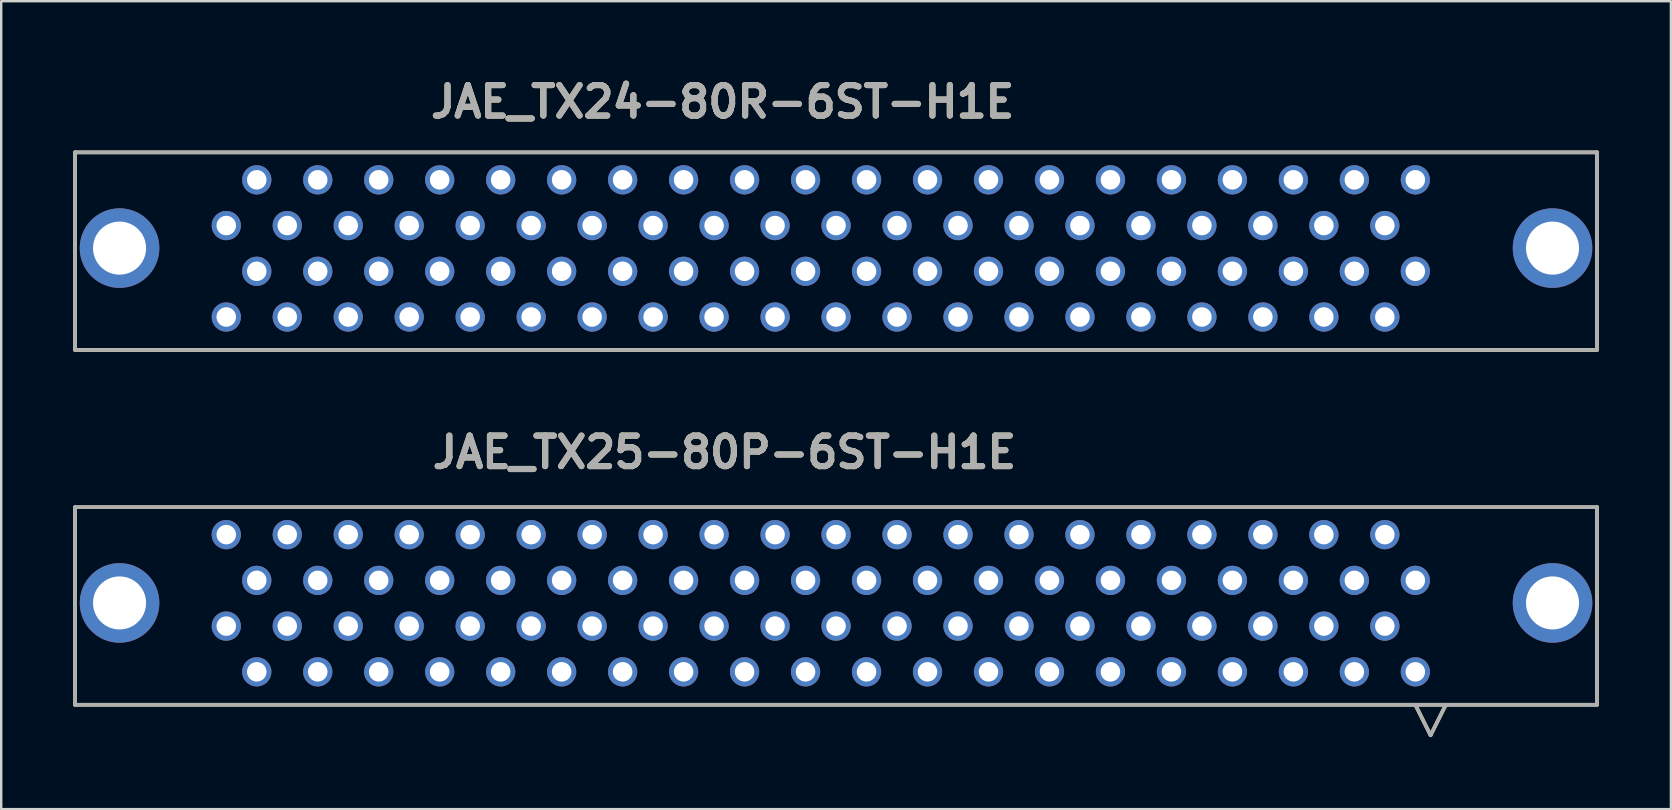
<source format=kicad_pcb>
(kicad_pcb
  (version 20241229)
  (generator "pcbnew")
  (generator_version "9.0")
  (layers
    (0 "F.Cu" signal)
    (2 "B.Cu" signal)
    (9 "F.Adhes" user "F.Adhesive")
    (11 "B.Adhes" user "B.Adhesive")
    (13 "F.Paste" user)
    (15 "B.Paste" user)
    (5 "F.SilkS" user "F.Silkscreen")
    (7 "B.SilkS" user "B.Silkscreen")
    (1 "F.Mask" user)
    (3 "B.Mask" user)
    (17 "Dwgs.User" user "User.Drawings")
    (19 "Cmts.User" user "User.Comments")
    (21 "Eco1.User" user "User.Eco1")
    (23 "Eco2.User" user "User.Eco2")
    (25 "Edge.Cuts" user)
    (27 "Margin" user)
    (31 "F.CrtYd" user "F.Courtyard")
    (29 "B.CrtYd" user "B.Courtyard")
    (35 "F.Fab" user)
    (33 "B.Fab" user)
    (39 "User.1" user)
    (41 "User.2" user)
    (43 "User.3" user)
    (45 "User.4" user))
  (footprint "JAE_TX25-80P-6ST-H1E"
    (layer "F.Cu")
    (at 31.775 18.077)
    (property "Reference" "JAE_TX25-80P-6ST-H1E" (at -4.648 -2.286 0) (layer "F.SilkS") (effects (font (size 1.27 1.27) (thickness 0.254))))
    (attr through_hole)
    (fp_line (start -31.699 0) (end -31.699 8.23) (stroke (width 0.152) (type solid)) (layer "F.SilkS"))
    (fp_line (start -31.699 8.23) (end 31.699 8.23) (stroke (width 0.152) (type solid)) (layer "F.SilkS"))
    (fp_line (start 24.13 8.23) (end 24.765 9.5) (stroke (width 0.152) (type solid)) (layer "F.SilkS"))
    (fp_line (start 25.4 8.23) (end 24.765 9.5) (stroke (width 0.152) (type solid)) (layer "F.SilkS"))
    (fp_line (start 31.699 0) (end -31.699 0) (stroke (width 0.152) (type solid)) (layer "F.SilkS"))
    (fp_line (start 31.699 8.23) (end 31.699 0) (stroke (width 0.152) (type solid)) (layer "F.SilkS"))
    (fp_line (start -31.699 0) (end -31.699 8.23) (stroke (width 0.152) (type solid)) (layer "F.Fab"))
    (fp_line (start -31.699 8.23) (end 31.699 8.23) (stroke (width 0.152) (type solid)) (layer "F.Fab"))
    (fp_line (start 24.13 8.23) (end 24.765 9.5) (stroke (width 0.152) (type solid)) (layer "F.Fab"))
    (fp_line (start 25.4 8.23) (end 24.765 9.5) (stroke (width 0.152) (type solid)) (layer "F.Fab"))
    (fp_line (start 31.699 0) (end -31.699 0) (stroke (width 0.152) (type solid)) (layer "F.Fab"))
    (fp_line (start 31.699 8.23) (end 31.699 0) (stroke (width 0.152) (type solid)) (layer "F.Fab"))
    (fp_text user "${REFERENCE}" (at -4.648 -2.286 0) (layer "F.Fab") (effects (font (size 1.27 1.27) (thickness 0.254))))
    (pad "1" thru_hole circle (at 24.13 6.858) (size 1.219 1.219) (drill 0.813) (layers "*.Cu" "*.Mask"))
    (pad "2" thru_hole circle (at 22.86 4.953) (size 1.219 1.219) (drill 0.813) (layers "*.Cu" "*.Mask"))
    (pad "3" thru_hole circle (at 21.59 6.858) (size 1.219 1.219) (drill 0.813) (layers "*.Cu" "*.Mask"))
    (pad "4" thru_hole circle (at 20.32 4.953) (size 1.219 1.219) (drill 0.813) (layers "*.Cu" "*.Mask"))
    (pad "5" thru_hole circle (at 19.05 6.858) (size 1.219 1.219) (drill 0.813) (layers "*.Cu" "*.Mask"))
    (pad "6" thru_hole circle (at 17.78 4.953) (size 1.219 1.219) (drill 0.813) (layers "*.Cu" "*.Mask"))
    (pad "7" thru_hole circle (at 16.51 6.858) (size 1.219 1.219) (drill 0.813) (layers "*.Cu" "*.Mask"))
    (pad "8" thru_hole circle (at 15.24 4.953) (size 1.219 1.219) (drill 0.813) (layers "*.Cu" "*.Mask"))
    (pad "9" thru_hole circle (at 13.97 6.858) (size 1.219 1.219) (drill 0.813) (layers "*.Cu" "*.Mask"))
    (pad "10" thru_hole circle (at 12.7 4.953) (size 1.219 1.219) (drill 0.813) (layers "*.Cu" "*.Mask"))
    (pad "11" thru_hole circle (at 11.43 6.858) (size 1.219 1.219) (drill 0.813) (layers "*.Cu" "*.Mask"))
    (pad "12" thru_hole circle (at 10.16 4.953) (size 1.219 1.219) (drill 0.813) (layers "*.Cu" "*.Mask"))
    (pad "13" thru_hole circle (at 8.89 6.858) (size 1.219 1.219) (drill 0.813) (layers "*.Cu" "*.Mask"))
    (pad "14" thru_hole circle (at 7.62 4.953) (size 1.219 1.219) (drill 0.813) (layers "*.Cu" "*.Mask"))
    (pad "15" thru_hole circle (at 6.35 6.858) (size 1.219 1.219) (drill 0.813) (layers "*.Cu" "*.Mask"))
    (pad "16" thru_hole circle (at 5.08 4.953) (size 1.219 1.219) (drill 0.813) (layers "*.Cu" "*.Mask"))
    (pad "17" thru_hole circle (at 3.81 6.858) (size 1.219 1.219) (drill 0.813) (layers "*.Cu" "*.Mask"))
    (pad "18" thru_hole circle (at 2.54 4.953) (size 1.219 1.219) (drill 0.813) (layers "*.Cu" "*.Mask"))
    (pad "19" thru_hole circle (at 1.27 6.858) (size 1.219 1.219) (drill 0.813) (layers "*.Cu" "*.Mask"))
    (pad "20" thru_hole circle (at 0 4.953) (size 1.219 1.219) (drill 0.813) (layers "*.Cu" "*.Mask"))
    (pad "21" thru_hole circle (at -1.27 6.858) (size 1.219 1.219) (drill 0.813) (layers "*.Cu" "*.Mask"))
    (pad "22" thru_hole circle (at -2.54 4.953) (size 1.219 1.219) (drill 0.813) (layers "*.Cu" "*.Mask"))
    (pad "23" thru_hole circle (at -3.81 6.858) (size 1.219 1.219) (drill 0.813) (layers "*.Cu" "*.Mask"))
    (pad "24" thru_hole circle (at -5.08 4.953) (size 1.219 1.219) (drill 0.813) (layers "*.Cu" "*.Mask"))
    (pad "25" thru_hole circle (at -6.35 6.858) (size 1.219 1.219) (drill 0.813) (layers "*.Cu" "*.Mask"))
    (pad "26" thru_hole circle (at -7.62 4.953) (size 1.219 1.219) (drill 0.813) (layers "*.Cu" "*.Mask"))
    (pad "27" thru_hole circle (at -8.89 6.858) (size 1.219 1.219) (drill 0.813) (layers "*.Cu" "*.Mask"))
    (pad "28" thru_hole circle (at -10.16 4.953) (size 1.219 1.219) (drill 0.813) (layers "*.Cu" "*.Mask"))
    (pad "29" thru_hole circle (at -11.43 6.858) (size 1.219 1.219) (drill 0.813) (layers "*.Cu" "*.Mask"))
    (pad "30" thru_hole circle (at -12.7 4.953) (size 1.219 1.219) (drill 0.813) (layers "*.Cu" "*.Mask"))
    (pad "31" thru_hole circle (at -13.97 6.858) (size 1.219 1.219) (drill 0.813) (layers "*.Cu" "*.Mask"))
    (pad "32" thru_hole circle (at -15.24 4.953) (size 1.219 1.219) (drill 0.813) (layers "*.Cu" "*.Mask"))
    (pad "33" thru_hole circle (at -16.51 6.858) (size 1.219 1.219) (drill 0.813) (layers "*.Cu" "*.Mask"))
    (pad "34" thru_hole circle (at -17.78 4.953) (size 1.219 1.219) (drill 0.813) (layers "*.Cu" "*.Mask"))
    (pad "35" thru_hole circle (at -19.05 6.858) (size 1.219 1.219) (drill 0.813) (layers "*.Cu" "*.Mask"))
    (pad "36" thru_hole circle (at -20.32 4.953) (size 1.219 1.219) (drill 0.813) (layers "*.Cu" "*.Mask"))
    (pad "37" thru_hole circle (at -21.59 6.858) (size 1.219 1.219) (drill 0.813) (layers "*.Cu" "*.Mask"))
    (pad "38" thru_hole circle (at -22.86 4.953) (size 1.219 1.219) (drill 0.813) (layers "*.Cu" "*.Mask"))
    (pad "39" thru_hole circle (at -24.13 6.858) (size 1.219 1.219) (drill 0.813) (layers "*.Cu" "*.Mask"))
    (pad "40" thru_hole circle (at -25.4 4.953) (size 1.219 1.219) (drill 0.813) (layers "*.Cu" "*.Mask"))
    (pad "41" thru_hole circle (at 24.13 3.048) (size 1.219 1.219) (drill 0.813) (layers "*.Cu" "*.Mask"))
    (pad "42" thru_hole circle (at 22.86 1.143) (size 1.219 1.219) (drill 0.813) (layers "*.Cu" "*.Mask"))
    (pad "43" thru_hole circle (at 21.59 3.048) (size 1.219 1.219) (drill 0.813) (layers "*.Cu" "*.Mask"))
    (pad "44" thru_hole circle (at 20.32 1.143) (size 1.219 1.219) (drill 0.813) (layers "*.Cu" "*.Mask"))
    (pad "45" thru_hole circle (at 19.05 3.048) (size 1.219 1.219) (drill 0.813) (layers "*.Cu" "*.Mask"))
    (pad "46" thru_hole circle (at 17.78 1.143) (size 1.219 1.219) (drill 0.813) (layers "*.Cu" "*.Mask"))
    (pad "47" thru_hole circle (at 16.51 3.048) (size 1.219 1.219) (drill 0.813) (layers "*.Cu" "*.Mask"))
    (pad "48" thru_hole circle (at 15.24 1.143) (size 1.219 1.219) (drill 0.813) (layers "*.Cu" "*.Mask"))
    (pad "49" thru_hole circle (at 13.97 3.048) (size 1.219 1.219) (drill 0.813) (layers "*.Cu" "*.Mask"))
    (pad "50" thru_hole circle (at 12.7 1.143) (size 1.219 1.219) (drill 0.813) (layers "*.Cu" "*.Mask"))
    (pad "51" thru_hole circle (at 11.43 3.048) (size 1.219 1.219) (drill 0.813) (layers "*.Cu" "*.Mask"))
    (pad "52" thru_hole circle (at 10.16 1.143) (size 1.219 1.219) (drill 0.813) (layers "*.Cu" "*.Mask"))
    (pad "53" thru_hole circle (at 8.89 3.048) (size 1.219 1.219) (drill 0.813) (layers "*.Cu" "*.Mask"))
    (pad "54" thru_hole circle (at 7.62 1.143) (size 1.219 1.219) (drill 0.813) (layers "*.Cu" "*.Mask"))
    (pad "55" thru_hole circle (at 6.35 3.048) (size 1.219 1.219) (drill 0.813) (layers "*.Cu" "*.Mask"))
    (pad "56" thru_hole circle (at 5.08 1.143) (size 1.219 1.219) (drill 0.813) (layers "*.Cu" "*.Mask"))
    (pad "57" thru_hole circle (at 3.81 3.048) (size 1.219 1.219) (drill 0.813) (layers "*.Cu" "*.Mask"))
    (pad "58" thru_hole circle (at 2.54 1.143) (size 1.219 1.219) (drill 0.813) (layers "*.Cu" "*.Mask"))
    (pad "59" thru_hole circle (at 1.27 3.048) (size 1.219 1.219) (drill 0.813) (layers "*.Cu" "*.Mask"))
    (pad "60" thru_hole circle (at 0 1.143) (size 1.219 1.219) (drill 0.813) (layers "*.Cu" "*.Mask"))
    (pad "61" thru_hole circle (at -1.27 3.048) (size 1.219 1.219) (drill 0.813) (layers "*.Cu" "*.Mask"))
    (pad "62" thru_hole circle (at -2.54 1.143) (size 1.219 1.219) (drill 0.813) (layers "*.Cu" "*.Mask"))
    (pad "63" thru_hole circle (at -3.81 3.048) (size 1.219 1.219) (drill 0.813) (layers "*.Cu" "*.Mask"))
    (pad "64" thru_hole circle (at -5.08 1.143) (size 1.219 1.219) (drill 0.813) (layers "*.Cu" "*.Mask"))
    (pad "65" thru_hole circle (at -6.35 3.048) (size 1.219 1.219) (drill 0.813) (layers "*.Cu" "*.Mask"))
    (pad "66" thru_hole circle (at -7.62 1.143) (size 1.219 1.219) (drill 0.813) (layers "*.Cu" "*.Mask"))
    (pad "67" thru_hole circle (at -8.89 3.048) (size 1.219 1.219) (drill 0.813) (layers "*.Cu" "*.Mask"))
    (pad "68" thru_hole circle (at -10.16 1.143) (size 1.219 1.219) (drill 0.813) (layers "*.Cu" "*.Mask"))
    (pad "69" thru_hole circle (at -11.43 3.048) (size 1.219 1.219) (drill 0.813) (layers "*.Cu" "*.Mask"))
    (pad "70" thru_hole circle (at -12.7 1.143) (size 1.219 1.219) (drill 0.813) (layers "*.Cu" "*.Mask"))
    (pad "71" thru_hole circle (at -13.97 3.048) (size 1.219 1.219) (drill 0.813) (layers "*.Cu" "*.Mask"))
    (pad "72" thru_hole circle (at -15.24 1.143) (size 1.219 1.219) (drill 0.813) (layers "*.Cu" "*.Mask"))
    (pad "73" thru_hole circle (at -16.51 3.048) (size 1.219 1.219) (drill 0.813) (layers "*.Cu" "*.Mask"))
    (pad "74" thru_hole circle (at -17.78 1.143) (size 1.219 1.219) (drill 0.813) (layers "*.Cu" "*.Mask"))
    (pad "75" thru_hole circle (at -19.05 3.048) (size 1.219 1.219) (drill 0.813) (layers "*.Cu" "*.Mask"))
    (pad "76" thru_hole circle (at -20.32 1.143) (size 1.219 1.219) (drill 0.813) (layers "*.Cu" "*.Mask"))
    (pad "77" thru_hole circle (at -21.59 3.048) (size 1.219 1.219) (drill 0.813) (layers "*.Cu" "*.Mask"))
    (pad "78" thru_hole circle (at -22.86 1.143) (size 1.219 1.219) (drill 0.813) (layers "*.Cu" "*.Mask"))
    (pad "79" thru_hole circle (at -24.13 3.048) (size 1.219 1.219) (drill 0.813) (layers "*.Cu" "*.Mask"))
    (pad "80" thru_hole circle (at -25.4 1.143) (size 1.219 1.219) (drill 0.813) (layers "*.Cu" "*.Mask"))
    (pad "81" thru_hole circle (at -29.845 3.988) (size 3.315 3.315) (drill 2.21) (layers "*.Cu" "*.Mask"))
    (pad "82" thru_hole circle (at 29.845 3.988) (size 3.315 3.315) (drill 2.21) (layers "*.Cu" "*.Mask")))
  (footprint "JAE_TX24-80R-6ST-H1E"
    (layer "F.Cu")
    (at 31.775 3.297)
    (property "Reference" "JAE_TX24-80R-6ST-H1E" (at -4.724 -2.108 0) (layer "F.SilkS") (effects (font (size 1.27 1.27) (thickness 0.254))))
    (attr through_hole)
    (fp_line (start -31.699 0) (end -31.699 8.23) (stroke (width 0.152) (type solid)) (layer "F.SilkS"))
    (fp_line (start -31.699 8.23) (end 31.699 8.23) (stroke (width 0.152) (type solid)) (layer "F.SilkS"))
    (fp_line (start 31.699 0) (end -31.699 0) (stroke (width 0.152) (type solid)) (layer "F.SilkS"))
    (fp_line (start 31.699 8.23) (end 31.699 0) (stroke (width 0.152) (type solid)) (layer "F.SilkS"))
    (fp_line (start -31.699 0) (end -31.699 8.23) (stroke (width 0.152) (type solid)) (layer "F.Fab"))
    (fp_line (start -31.699 8.23) (end 31.699 8.23) (stroke (width 0.152) (type solid)) (layer "F.Fab"))
    (fp_line (start 31.699 0) (end -31.699 0) (stroke (width 0.152) (type solid)) (layer "F.Fab"))
    (fp_line (start 31.699 8.23) (end 31.699 0) (stroke (width 0.152) (type solid)) (layer "F.Fab"))
    (fp_text user "${REFERENCE}" (at -4.724 -2.108 0) (layer "F.Fab") (effects (font (size 1.27 1.27) (thickness 0.254))))
    (pad "1" thru_hole circle (at 24.13 1.143) (size 1.219 1.219) (drill 0.813) (layers "*.Cu" "*.Mask"))
    (pad "2" thru_hole circle (at 22.86 3.048) (size 1.219 1.219) (drill 0.813) (layers "*.Cu" "*.Mask"))
    (pad "3" thru_hole circle (at 21.59 1.143) (size 1.219 1.219) (drill 0.813) (layers "*.Cu" "*.Mask"))
    (pad "4" thru_hole circle (at 20.32 3.048) (size 1.219 1.219) (drill 0.813) (layers "*.Cu" "*.Mask"))
    (pad "5" thru_hole circle (at 19.05 1.143) (size 1.219 1.219) (drill 0.813) (layers "*.Cu" "*.Mask"))
    (pad "6" thru_hole circle (at 17.78 3.048) (size 1.219 1.219) (drill 0.813) (layers "*.Cu" "*.Mask"))
    (pad "7" thru_hole circle (at 16.51 1.143) (size 1.219 1.219) (drill 0.813) (layers "*.Cu" "*.Mask"))
    (pad "8" thru_hole circle (at 15.24 3.048) (size 1.219 1.219) (drill 0.813) (layers "*.Cu" "*.Mask"))
    (pad "9" thru_hole circle (at 13.97 1.143) (size 1.219 1.219) (drill 0.813) (layers "*.Cu" "*.Mask"))
    (pad "10" thru_hole circle (at 12.7 3.048) (size 1.219 1.219) (drill 0.813) (layers "*.Cu" "*.Mask"))
    (pad "11" thru_hole circle (at 11.43 1.143) (size 1.219 1.219) (drill 0.813) (layers "*.Cu" "*.Mask"))
    (pad "12" thru_hole circle (at 10.16 3.048) (size 1.219 1.219) (drill 0.813) (layers "*.Cu" "*.Mask"))
    (pad "13" thru_hole circle (at 8.89 1.143) (size 1.219 1.219) (drill 0.813) (layers "*.Cu" "*.Mask"))
    (pad "14" thru_hole circle (at 7.62 3.048) (size 1.219 1.219) (drill 0.813) (layers "*.Cu" "*.Mask"))
    (pad "15" thru_hole circle (at 6.35 1.143) (size 1.219 1.219) (drill 0.813) (layers "*.Cu" "*.Mask"))
    (pad "16" thru_hole circle (at 5.08 3.048) (size 1.219 1.219) (drill 0.813) (layers "*.Cu" "*.Mask"))
    (pad "17" thru_hole circle (at 3.81 1.143) (size 1.219 1.219) (drill 0.813) (layers "*.Cu" "*.Mask"))
    (pad "18" thru_hole circle (at 2.54 3.048) (size 1.219 1.219) (drill 0.813) (layers "*.Cu" "*.Mask"))
    (pad "19" thru_hole circle (at 1.27 1.143) (size 1.219 1.219) (drill 0.813) (layers "*.Cu" "*.Mask"))
    (pad "20" thru_hole circle (at 0 3.048) (size 1.219 1.219) (drill 0.813) (layers "*.Cu" "*.Mask"))
    (pad "21" thru_hole circle (at -1.27 1.143) (size 1.219 1.219) (drill 0.813) (layers "*.Cu" "*.Mask"))
    (pad "22" thru_hole circle (at -2.54 3.048) (size 1.219 1.219) (drill 0.813) (layers "*.Cu" "*.Mask"))
    (pad "23" thru_hole circle (at -3.81 1.143) (size 1.219 1.219) (drill 0.813) (layers "*.Cu" "*.Mask"))
    (pad "24" thru_hole circle (at -5.08 3.048) (size 1.219 1.219) (drill 0.813) (layers "*.Cu" "*.Mask"))
    (pad "25" thru_hole circle (at -6.35 1.143) (size 1.219 1.219) (drill 0.813) (layers "*.Cu" "*.Mask"))
    (pad "26" thru_hole circle (at -7.62 3.048) (size 1.219 1.219) (drill 0.813) (layers "*.Cu" "*.Mask"))
    (pad "27" thru_hole circle (at -8.89 1.143) (size 1.219 1.219) (drill 0.813) (layers "*.Cu" "*.Mask"))
    (pad "28" thru_hole circle (at -10.16 3.048) (size 1.219 1.219) (drill 0.813) (layers "*.Cu" "*.Mask"))
    (pad "29" thru_hole circle (at -11.43 1.143) (size 1.219 1.219) (drill 0.813) (layers "*.Cu" "*.Mask"))
    (pad "30" thru_hole circle (at -12.7 3.048) (size 1.219 1.219) (drill 0.813) (layers "*.Cu" "*.Mask"))
    (pad "31" thru_hole circle (at -13.97 1.143) (size 1.219 1.219) (drill 0.813) (layers "*.Cu" "*.Mask"))
    (pad "32" thru_hole circle (at -15.24 3.048) (size 1.219 1.219) (drill 0.813) (layers "*.Cu" "*.Mask"))
    (pad "33" thru_hole circle (at -16.51 1.143) (size 1.219 1.219) (drill 0.813) (layers "*.Cu" "*.Mask"))
    (pad "34" thru_hole circle (at -17.78 3.048) (size 1.219 1.219) (drill 0.813) (layers "*.Cu" "*.Mask"))
    (pad "35" thru_hole circle (at -19.05 1.143) (size 1.219 1.219) (drill 0.813) (layers "*.Cu" "*.Mask"))
    (pad "36" thru_hole circle (at -20.32 3.048) (size 1.219 1.219) (drill 0.813) (layers "*.Cu" "*.Mask"))
    (pad "37" thru_hole circle (at -21.59 1.143) (size 1.219 1.219) (drill 0.813) (layers "*.Cu" "*.Mask"))
    (pad "38" thru_hole circle (at -22.86 3.048) (size 1.219 1.219) (drill 0.813) (layers "*.Cu" "*.Mask"))
    (pad "39" thru_hole circle (at -24.13 1.143) (size 1.219 1.219) (drill 0.813) (layers "*.Cu" "*.Mask"))
    (pad "40" thru_hole circle (at -25.4 3.048) (size 1.219 1.219) (drill 0.813) (layers "*.Cu" "*.Mask"))
    (pad "41" thru_hole circle (at 24.13 4.953) (size 1.219 1.219) (drill 0.813) (layers "*.Cu" "*.Mask"))
    (pad "42" thru_hole circle (at 22.86 6.858) (size 1.219 1.219) (drill 0.813) (layers "*.Cu" "*.Mask"))
    (pad "43" thru_hole circle (at 21.59 4.953) (size 1.219 1.219) (drill 0.813) (layers "*.Cu" "*.Mask"))
    (pad "44" thru_hole circle (at 20.32 6.858) (size 1.219 1.219) (drill 0.813) (layers "*.Cu" "*.Mask"))
    (pad "45" thru_hole circle (at 19.05 4.953) (size 1.219 1.219) (drill 0.813) (layers "*.Cu" "*.Mask"))
    (pad "46" thru_hole circle (at 17.78 6.858) (size 1.219 1.219) (drill 0.813) (layers "*.Cu" "*.Mask"))
    (pad "47" thru_hole circle (at 16.51 4.953) (size 1.219 1.219) (drill 0.813) (layers "*.Cu" "*.Mask"))
    (pad "48" thru_hole circle (at 15.24 6.858) (size 1.219 1.219) (drill 0.813) (layers "*.Cu" "*.Mask"))
    (pad "49" thru_hole circle (at 13.97 4.953) (size 1.219 1.219) (drill 0.813) (layers "*.Cu" "*.Mask"))
    (pad "50" thru_hole circle (at 12.7 6.858) (size 1.219 1.219) (drill 0.813) (layers "*.Cu" "*.Mask"))
    (pad "51" thru_hole circle (at 11.43 4.953) (size 1.219 1.219) (drill 0.813) (layers "*.Cu" "*.Mask"))
    (pad "52" thru_hole circle (at 10.16 6.858) (size 1.219 1.219) (drill 0.813) (layers "*.Cu" "*.Mask"))
    (pad "53" thru_hole circle (at 8.89 4.953) (size 1.219 1.219) (drill 0.813) (layers "*.Cu" "*.Mask"))
    (pad "54" thru_hole circle (at 7.62 6.858) (size 1.219 1.219) (drill 0.813) (layers "*.Cu" "*.Mask"))
    (pad "55" thru_hole circle (at 6.35 4.953) (size 1.219 1.219) (drill 0.813) (layers "*.Cu" "*.Mask"))
    (pad "56" thru_hole circle (at 5.08 6.858) (size 1.219 1.219) (drill 0.813) (layers "*.Cu" "*.Mask"))
    (pad "57" thru_hole circle (at 3.81 4.953) (size 1.219 1.219) (drill 0.813) (layers "*.Cu" "*.Mask"))
    (pad "58" thru_hole circle (at 2.54 6.858) (size 1.219 1.219) (drill 0.813) (layers "*.Cu" "*.Mask"))
    (pad "59" thru_hole circle (at 1.27 4.953) (size 1.219 1.219) (drill 0.813) (layers "*.Cu" "*.Mask"))
    (pad "60" thru_hole circle (at 0 6.858) (size 1.219 1.219) (drill 0.813) (layers "*.Cu" "*.Mask"))
    (pad "61" thru_hole circle (at -1.27 4.953) (size 1.219 1.219) (drill 0.813) (layers "*.Cu" "*.Mask"))
    (pad "62" thru_hole circle (at -2.54 6.858) (size 1.219 1.219) (drill 0.813) (layers "*.Cu" "*.Mask"))
    (pad "63" thru_hole circle (at -3.81 4.953) (size 1.219 1.219) (drill 0.813) (layers "*.Cu" "*.Mask"))
    (pad "64" thru_hole circle (at -5.08 6.858) (size 1.219 1.219) (drill 0.813) (layers "*.Cu" "*.Mask"))
    (pad "65" thru_hole circle (at -6.35 4.953) (size 1.219 1.219) (drill 0.813) (layers "*.Cu" "*.Mask"))
    (pad "66" thru_hole circle (at -7.62 6.858) (size 1.219 1.219) (drill 0.813) (layers "*.Cu" "*.Mask"))
    (pad "67" thru_hole circle (at -8.89 4.953) (size 1.219 1.219) (drill 0.813) (layers "*.Cu" "*.Mask"))
    (pad "68" thru_hole circle (at -10.16 6.858) (size 1.219 1.219) (drill 0.813) (layers "*.Cu" "*.Mask"))
    (pad "69" thru_hole circle (at -11.43 4.953) (size 1.219 1.219) (drill 0.813) (layers "*.Cu" "*.Mask"))
    (pad "70" thru_hole circle (at -12.7 6.858) (size 1.219 1.219) (drill 0.813) (layers "*.Cu" "*.Mask"))
    (pad "71" thru_hole circle (at -13.97 4.953) (size 1.219 1.219) (drill 0.813) (layers "*.Cu" "*.Mask"))
    (pad "72" thru_hole circle (at -15.24 6.858) (size 1.219 1.219) (drill 0.813) (layers "*.Cu" "*.Mask"))
    (pad "73" thru_hole circle (at -16.51 4.953) (size 1.219 1.219) (drill 0.813) (layers "*.Cu" "*.Mask"))
    (pad "74" thru_hole circle (at -17.78 6.858) (size 1.219 1.219) (drill 0.813) (layers "*.Cu" "*.Mask"))
    (pad "75" thru_hole circle (at -19.05 4.953) (size 1.219 1.219) (drill 0.813) (layers "*.Cu" "*.Mask"))
    (pad "76" thru_hole circle (at -20.32 6.858) (size 1.219 1.219) (drill 0.813) (layers "*.Cu" "*.Mask"))
    (pad "77" thru_hole circle (at -21.59 4.953) (size 1.219 1.219) (drill 0.813) (layers "*.Cu" "*.Mask"))
    (pad "78" thru_hole circle (at -22.86 6.858) (size 1.219 1.219) (drill 0.813) (layers "*.Cu" "*.Mask"))
    (pad "79" thru_hole circle (at -24.13 4.953) (size 1.219 1.219) (drill 0.813) (layers "*.Cu" "*.Mask"))
    (pad "80" thru_hole circle (at -25.4 6.858) (size 1.219 1.219) (drill 0.813) (layers "*.Cu" "*.Mask"))
    (pad "81" thru_hole circle (at -29.845 3.988) (size 3.315 3.315) (drill 2.21) (layers "*.Cu" "*.Mask"))
    (pad "82" thru_hole circle (at 29.845 3.988) (size 3.315 3.315) (drill 2.21) (layers "*.Cu" "*.Mask")))
  (gr_rect
    (start -3 -3)
    (end 66.551 30.653)
    (stroke (width 0.1) (type default))
    (fill no)
    (layer "Edge.Cuts")))
</source>
